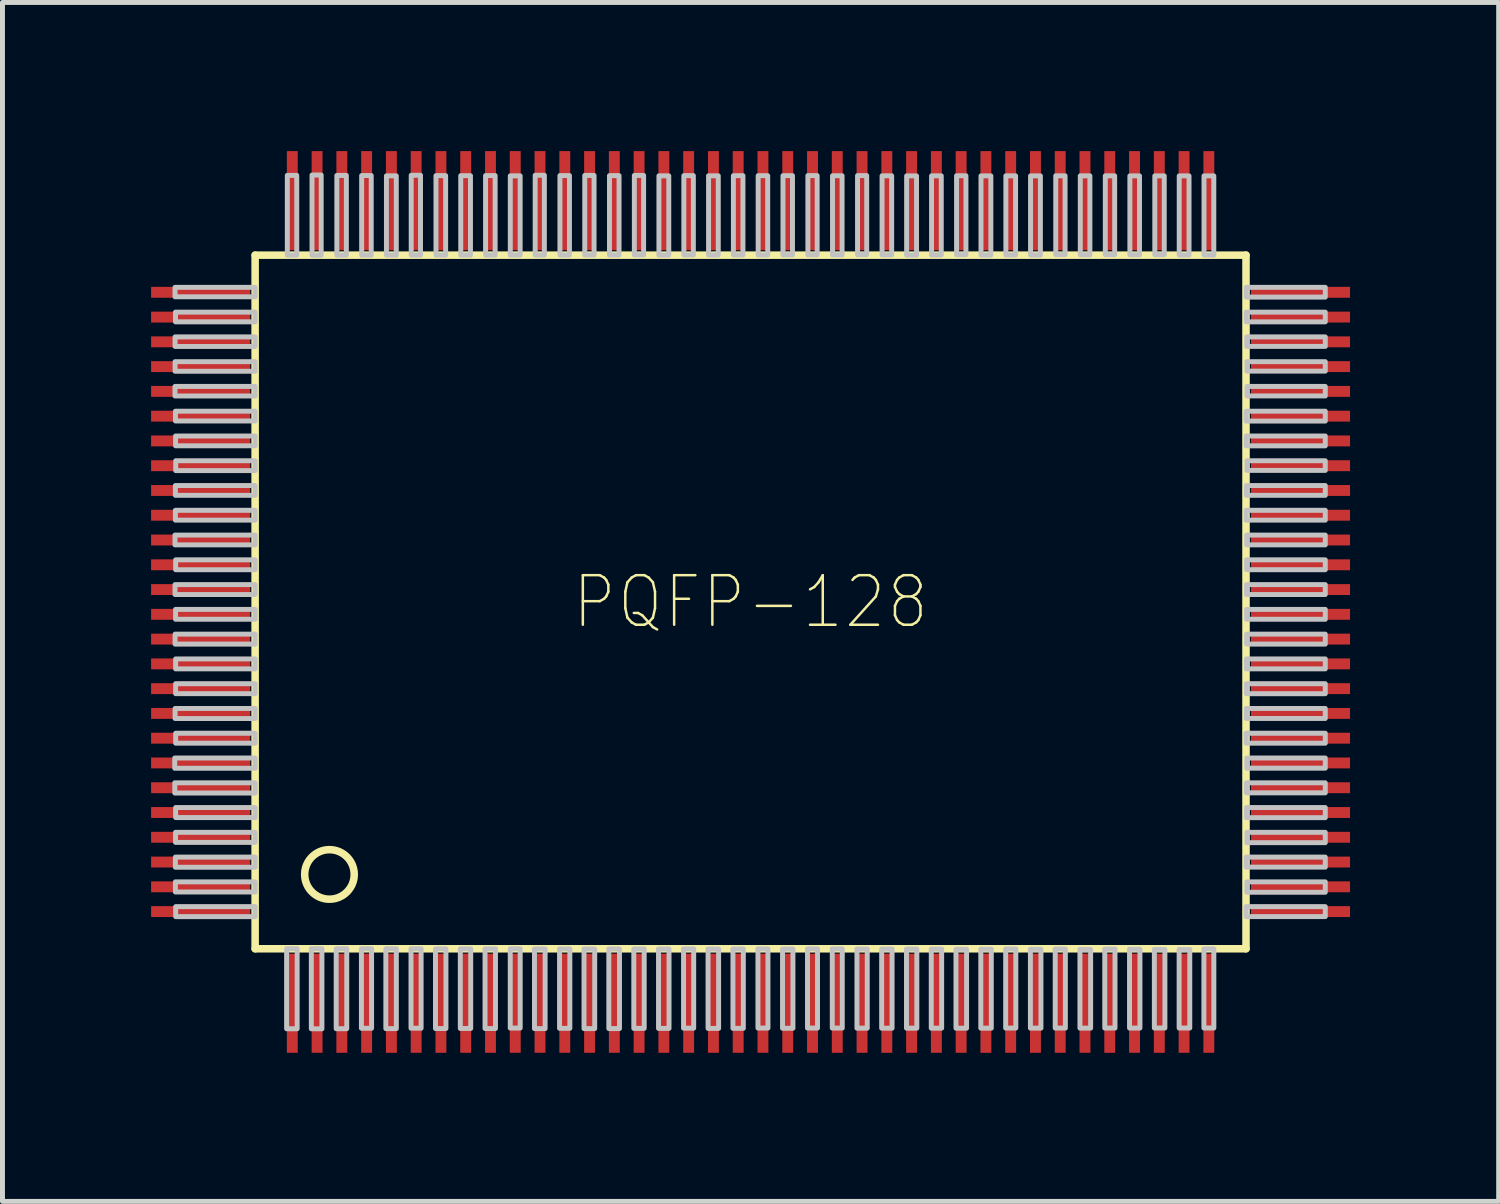
<source format=kicad_pcb>
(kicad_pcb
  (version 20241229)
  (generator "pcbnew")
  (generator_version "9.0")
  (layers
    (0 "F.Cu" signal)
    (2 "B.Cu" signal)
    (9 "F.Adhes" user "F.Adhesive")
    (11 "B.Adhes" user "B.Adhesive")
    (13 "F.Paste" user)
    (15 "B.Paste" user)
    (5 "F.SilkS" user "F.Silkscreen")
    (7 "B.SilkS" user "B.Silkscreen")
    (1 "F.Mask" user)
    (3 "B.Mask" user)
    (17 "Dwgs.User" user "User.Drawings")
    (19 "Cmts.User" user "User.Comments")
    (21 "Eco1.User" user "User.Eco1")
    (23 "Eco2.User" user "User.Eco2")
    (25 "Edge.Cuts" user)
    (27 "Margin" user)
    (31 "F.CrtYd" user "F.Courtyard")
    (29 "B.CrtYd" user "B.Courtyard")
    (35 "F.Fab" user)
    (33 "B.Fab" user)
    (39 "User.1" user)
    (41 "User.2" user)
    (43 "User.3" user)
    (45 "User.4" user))
  (footprint "PQFP-128"
    (layer "F.Cu")
    (at 12.1 9.1)
    (property "Reference" "PQFP-128" (at 0 0 0) (layer "F.SilkS") (effects (font (size 1 0.9) (thickness 0.05))))
    (attr smd)
    (fp_line (start -10 -7) (end 10 -7) (stroke (width 0.152) (type solid)) (layer "F.SilkS"))
    (fp_line (start -10 7) (end -10 -7) (stroke (width 0.152) (type solid)) (layer "F.SilkS"))
    (fp_line (start 10 -7) (end 10 7) (stroke (width 0.152) (type solid)) (layer "F.SilkS"))
    (fp_line (start 10 7) (end -10 7) (stroke (width 0.152) (type solid)) (layer "F.SilkS"))
    (fp_circle (center -8.5 5.5) (end -8 5.5) (stroke (width 0.152) (type solid)) (fill no) (layer "F.SilkS"))
    (fp_poly (pts (xy -10 -6.159) (xy -11.617 -6.159) (xy -11.617 -6.35) (xy -10 -6.35)) (stroke (width 0.1) (type solid)) (fill no) (layer "Dwgs.User"))
    (fp_poly (pts (xy -10 -5.654) (xy -11.608 -5.654) (xy -11.608 -5.85) (xy -10 -5.85)) (stroke (width 0.1) (type solid)) (fill no) (layer "Dwgs.User"))
    (fp_poly (pts (xy -10 -5.157) (xy -11.616 -5.157) (xy -11.616 -5.35) (xy -10 -5.35)) (stroke (width 0.1) (type solid)) (fill no) (layer "Dwgs.User"))
    (fp_poly (pts (xy -10 -4.656) (xy -11.616 -4.656) (xy -11.616 -4.85) (xy -10 -4.85)) (stroke (width 0.1) (type solid)) (fill no) (layer "Dwgs.User"))
    (fp_poly (pts (xy -10 -4.157) (xy -11.618 -4.157) (xy -11.618 -4.35) (xy -10 -4.35)) (stroke (width 0.1) (type solid)) (fill no) (layer "Dwgs.User"))
    (fp_poly (pts (xy -10 -3.653) (xy -11.609 -3.653) (xy -11.609 -3.85) (xy -10 -3.85)) (stroke (width 0.1) (type solid)) (fill no) (layer "Dwgs.User"))
    (fp_poly (pts (xy -10 -3.152) (xy -11.606 -3.152) (xy -11.606 -3.35) (xy -10 -3.35)) (stroke (width 0.1) (type solid)) (fill no) (layer "Dwgs.User"))
    (fp_poly (pts (xy -10 -2.651) (xy -11.603 -2.651) (xy -11.603 -2.85) (xy -10 -2.85)) (stroke (width 0.1) (type solid)) (fill no) (layer "Dwgs.User"))
    (fp_poly (pts (xy -10 -2.152) (xy -11.61 -2.152) (xy -11.61 -2.35) (xy -10 -2.35)) (stroke (width 0.1) (type solid)) (fill no) (layer "Dwgs.User"))
    (fp_poly (pts (xy -10 -1.651) (xy -11.61 -1.651) (xy -11.61 -1.85) (xy -10 -1.85)) (stroke (width 0.1) (type solid)) (fill no) (layer "Dwgs.User"))
    (fp_poly (pts (xy -10 -1.152) (xy -11.618 -1.152) (xy -11.618 -1.35) (xy -10 -1.35)) (stroke (width 0.1) (type solid)) (fill no) (layer "Dwgs.User"))
    (fp_poly (pts (xy -10 -0.65) (xy -11.604 -0.65) (xy -11.604 -0.85) (xy -10 -0.85)) (stroke (width 0.1) (type solid)) (fill no) (layer "Dwgs.User"))
    (fp_poly (pts (xy -10 -0.15) (xy -11.617 -0.15) (xy -11.617 -0.35) (xy -10 -0.35)) (stroke (width 0.1) (type solid)) (fill no) (layer "Dwgs.User"))
    (fp_poly (pts (xy -10 0.35) (xy -11.606 0.35) (xy -11.606 0.15) (xy -10 0.15)) (stroke (width 0.1) (type solid)) (fill no) (layer "Dwgs.User"))
    (fp_poly (pts (xy -10 0.851) (xy -11.616 0.851) (xy -11.616 0.65) (xy -10 0.65)) (stroke (width 0.1) (type solid)) (fill no) (layer "Dwgs.User"))
    (fp_poly (pts (xy -10 1.351) (xy -11.605 1.351) (xy -11.605 1.15) (xy -10 1.15)) (stroke (width 0.1) (type solid)) (fill no) (layer "Dwgs.User"))
    (fp_poly (pts (xy -10 1.851) (xy -11.605 1.851) (xy -11.605 1.65) (xy -10 1.65)) (stroke (width 0.1) (type solid)) (fill no) (layer "Dwgs.User"))
    (fp_poly (pts (xy -10 2.353) (xy -11.616 2.353) (xy -11.616 2.15) (xy -10 2.15)) (stroke (width 0.1) (type solid)) (fill no) (layer "Dwgs.User"))
    (fp_poly (pts (xy -10 2.851) (xy -11.604 2.851) (xy -11.604 2.65) (xy -10 2.65)) (stroke (width 0.1) (type solid)) (fill no) (layer "Dwgs.User"))
    (fp_poly (pts (xy -10 3.357) (xy -11.623 3.357) (xy -11.623 3.15) (xy -10 3.15)) (stroke (width 0.1) (type solid)) (fill no) (layer "Dwgs.User"))
    (fp_poly (pts (xy -10 3.857) (xy -11.622 3.857) (xy -11.622 3.65) (xy -10 3.65)) (stroke (width 0.1) (type solid)) (fill no) (layer "Dwgs.User"))
    (fp_poly (pts (xy -10 4.352) (xy -11.605 4.352) (xy -11.605 4.15) (xy -10 4.15)) (stroke (width 0.1) (type solid)) (fill no) (layer "Dwgs.User"))
    (fp_poly (pts (xy -10 4.853) (xy -11.607 4.853) (xy -11.607 4.65) (xy -10 4.65)) (stroke (width 0.1) (type solid)) (fill no) (layer "Dwgs.User"))
    (fp_poly (pts (xy -10 5.355) (xy -11.61 5.355) (xy -11.61 5.15) (xy -10 5.15)) (stroke (width 0.1) (type solid)) (fill no) (layer "Dwgs.User"))
    (fp_poly (pts (xy -10 5.855) (xy -11.61 5.855) (xy -11.61 5.65) (xy -10 5.65)) (stroke (width 0.1) (type solid)) (fill no) (layer "Dwgs.User"))
    (fp_poly (pts (xy -10 6.352) (xy -11.604 6.352) (xy -11.604 6.15) (xy -10 6.15)) (stroke (width 0.1) (type solid)) (fill no) (layer "Dwgs.User"))
    (fp_poly (pts (xy -9.365 8.615) (xy -9.365 6.998) (xy -9.152 6.998) (xy -9.152 8.615)) (stroke (width 0.1) (type solid)) (fill no) (layer "Dwgs.User"))
    (fp_poly (pts (xy -9.351 -6.999) (xy -9.351 -8.61) (xy -9.16 -8.61) (xy -9.16 -6.999)) (stroke (width 0.1) (type solid)) (fill no) (layer "Dwgs.User"))
    (fp_poly (pts (xy -8.866 8.616) (xy -8.866 6.998) (xy -8.652 6.998) (xy -8.652 8.616)) (stroke (width 0.1) (type solid)) (fill no) (layer "Dwgs.User"))
    (fp_poly (pts (xy -8.852 -6.998) (xy -8.852 -8.617) (xy -8.667 -8.617) (xy -8.667 -6.998)) (stroke (width 0.1) (type solid)) (fill no) (layer "Dwgs.User"))
    (fp_poly (pts (xy -8.364 8.614) (xy -8.364 6.999) (xy -8.151 6.999) (xy -8.151 8.614)) (stroke (width 0.1) (type solid)) (fill no) (layer "Dwgs.User"))
    (fp_poly (pts (xy -8.351 -6.999) (xy -8.351 -8.609) (xy -8.159 -8.609) (xy -8.159 -6.999)) (stroke (width 0.1) (type solid)) (fill no) (layer "Dwgs.User"))
    (fp_poly (pts (xy -7.855 8.605) (xy -7.855 7) (xy -7.65 7) (xy -7.65 8.605)) (stroke (width 0.1) (type solid)) (fill no) (layer "Dwgs.User"))
    (fp_poly (pts (xy -7.85 -7) (xy -7.85 -8.607) (xy -7.657 -8.607) (xy -7.657 -7)) (stroke (width 0.1) (type solid)) (fill no) (layer "Dwgs.User"))
    (fp_poly (pts (xy -7.362 8.612) (xy -7.362 7) (xy -7.15 7) (xy -7.15 8.612)) (stroke (width 0.1) (type solid)) (fill no) (layer "Dwgs.User"))
    (fp_poly (pts (xy -7.35 -7) (xy -7.35 -8.601) (xy -7.151 -8.601) (xy -7.151 -7)) (stroke (width 0.1) (type solid)) (fill no) (layer "Dwgs.User"))
    (fp_poly (pts (xy -6.854 8.604) (xy -6.854 7) (xy -6.65 7) (xy -6.65 8.604)) (stroke (width 0.1) (type solid)) (fill no) (layer "Dwgs.User"))
    (fp_poly (pts (xy -6.85 -7) (xy -6.85 -8.612) (xy -6.662 -8.612) (xy -6.662 -7)) (stroke (width 0.1) (type solid)) (fill no) (layer "Dwgs.User"))
    (fp_poly (pts (xy -6.36 8.61) (xy -6.36 7.001) (xy -6.149 7.001) (xy -6.149 8.61)) (stroke (width 0.1) (type solid)) (fill no) (layer "Dwgs.User"))
    (fp_poly (pts (xy -6.35 -7) (xy -6.35 -8.605) (xy -6.155 -8.605) (xy -6.155 -7)) (stroke (width 0.1) (type solid)) (fill no) (layer "Dwgs.User"))
    (fp_poly (pts (xy -5.859 8.609) (xy -5.859 7.001) (xy -5.649 7.001) (xy -5.649 8.609)) (stroke (width 0.1) (type solid)) (fill no) (layer "Dwgs.User"))
    (fp_poly (pts (xy -5.85 -7) (xy -5.85 -8.604) (xy -5.654 -8.604) (xy -5.654 -7)) (stroke (width 0.1) (type solid)) (fill no) (layer "Dwgs.User"))
    (fp_poly (pts (xy -5.36 8.61) (xy -5.36 7.001) (xy -5.149 7.001) (xy -5.149 8.61)) (stroke (width 0.1) (type solid)) (fill no) (layer "Dwgs.User"))
    (fp_poly (pts (xy -5.349 -7.001) (xy -5.349 -8.606) (xy -5.156 -8.606) (xy -5.156 -7.001)) (stroke (width 0.1) (type solid)) (fill no) (layer "Dwgs.User"))
    (fp_poly (pts (xy -4.851 8.601) (xy -4.851 7) (xy -4.65 7) (xy -4.65 8.601)) (stroke (width 0.1) (type solid)) (fill no) (layer "Dwgs.User"))
    (fp_poly (pts (xy -4.85 -7) (xy -4.85 -8.601) (xy -4.651 -8.601) (xy -4.651 -7)) (stroke (width 0.1) (type solid)) (fill no) (layer "Dwgs.User"))
    (fp_poly (pts (xy -4.362 8.612) (xy -4.362 7.003) (xy -4.147 7.003) (xy -4.147 8.612)) (stroke (width 0.1) (type solid)) (fill no) (layer "Dwgs.User"))
    (fp_poly (pts (xy -4.348 -7.002) (xy -4.348 -8.612) (xy -4.162 -8.612) (xy -4.162 -7.002)) (stroke (width 0.1) (type solid)) (fill no) (layer "Dwgs.User"))
    (fp_poly (pts (xy -3.856 8.606) (xy -3.856 7.002) (xy -3.648 7.002) (xy -3.648 8.606)) (stroke (width 0.1) (type solid)) (fill no) (layer "Dwgs.User"))
    (fp_poly (pts (xy -3.848 -7.002) (xy -3.848 -8.606) (xy -3.656 -8.606) (xy -3.656 -7.002)) (stroke (width 0.1) (type solid)) (fill no) (layer "Dwgs.User"))
    (fp_poly (pts (xy -3.362 8.612) (xy -3.362 7.004) (xy -3.146 7.004) (xy -3.146 8.612)) (stroke (width 0.1) (type solid)) (fill no) (layer "Dwgs.User"))
    (fp_poly (pts (xy -3.347 -7.003) (xy -3.347 -8.609) (xy -3.159 -8.609) (xy -3.159 -7.003)) (stroke (width 0.1) (type solid)) (fill no) (layer "Dwgs.User"))
    (fp_poly (pts (xy -2.861 8.611) (xy -2.861 7.004) (xy -2.646 7.004) (xy -2.646 8.611)) (stroke (width 0.1) (type solid)) (fill no) (layer "Dwgs.User"))
    (fp_poly (pts (xy -2.848 -7.002) (xy -2.848 -8.605) (xy -2.655 -8.605) (xy -2.655 -7.002)) (stroke (width 0.1) (type solid)) (fill no) (layer "Dwgs.User"))
    (fp_poly (pts (xy -2.357 8.607) (xy -2.357 7.003) (xy -2.147 7.003) (xy -2.147 8.607)) (stroke (width 0.1) (type solid)) (fill no) (layer "Dwgs.User"))
    (fp_poly (pts (xy -2.346 -7.004) (xy -2.346 -8.609) (xy -2.159 -8.609) (xy -2.159 -7.004)) (stroke (width 0.1) (type solid)) (fill no) (layer "Dwgs.User"))
    (fp_poly (pts (xy -1.858 8.608) (xy -1.858 7.004) (xy -1.646 7.004) (xy -1.646 8.608)) (stroke (width 0.1) (type solid)) (fill no) (layer "Dwgs.User"))
    (fp_poly (pts (xy -1.85 -7) (xy -1.85 -8.601) (xy -1.651 -8.601) (xy -1.651 -7)) (stroke (width 0.1) (type solid)) (fill no) (layer "Dwgs.User"))
    (fp_poly (pts (xy -1.353 8.603) (xy -1.353 7.002) (xy -1.148 7.002) (xy -1.148 8.603)) (stroke (width 0.1) (type solid)) (fill no) (layer "Dwgs.User"))
    (fp_poly (pts (xy -1.347 -7.003) (xy -1.347 -8.605) (xy -1.155 -8.605) (xy -1.155 -7.003)) (stroke (width 0.1) (type solid)) (fill no) (layer "Dwgs.User"))
    (fp_poly (pts (xy -0.858 8.608) (xy -0.858 7.005) (xy -0.645 7.005) (xy -0.645 8.608)) (stroke (width 0.1) (type solid)) (fill no) (layer "Dwgs.User"))
    (fp_poly (pts (xy -0.848 -7.002) (xy -0.848 -8.602) (xy -0.652 -8.602) (xy -0.652 -7.002)) (stroke (width 0.1) (type solid)) (fill no) (layer "Dwgs.User"))
    (fp_poly (pts (xy -0.356 8.606) (xy -0.356 7.004) (xy -0.146 7.004) (xy -0.146 8.606)) (stroke (width 0.1) (type solid)) (fill no) (layer "Dwgs.User"))
    (fp_poly (pts (xy -0.347 -7.003) (xy -0.347 -8.604) (xy -0.154 -8.604) (xy -0.154 -7.003)) (stroke (width 0.1) (type solid)) (fill no) (layer "Dwgs.User"))
    (fp_poly (pts (xy 0.149 8.601) (xy 0.149 7.001) (xy 0.351 7.001) (xy 0.351 8.601)) (stroke (width 0.1) (type solid)) (fill no) (layer "Dwgs.User"))
    (fp_poly (pts (xy 0.153 -7.003) (xy 0.153 -8.604) (xy 0.346 -8.604) (xy 0.346 -7.003)) (stroke (width 0.1) (type solid)) (fill no) (layer "Dwgs.User"))
    (fp_poly (pts (xy 0.645 8.605) (xy 0.645 7.005) (xy 0.855 7.005) (xy 0.855 8.605)) (stroke (width 0.1) (type solid)) (fill no) (layer "Dwgs.User"))
    (fp_poly (pts (xy 0.654 -7.004) (xy 0.654 -8.604) (xy 0.846 -8.604) (xy 0.846 -7.004)) (stroke (width 0.1) (type solid)) (fill no) (layer "Dwgs.User"))
    (fp_poly (pts (xy 1.149 8.601) (xy 1.149 7.001) (xy 1.351 7.001) (xy 1.351 8.601)) (stroke (width 0.1) (type solid)) (fill no) (layer "Dwgs.User"))
    (fp_poly (pts (xy 1.157 -7.006) (xy 1.157 -8.606) (xy 1.344 -8.606) (xy 1.344 -7.006)) (stroke (width 0.1) (type solid)) (fill no) (layer "Dwgs.User"))
    (fp_poly (pts (xy 1.649 8.601) (xy 1.649 7.001) (xy 1.851 7.001) (xy 1.851 8.601)) (stroke (width 0.1) (type solid)) (fill no) (layer "Dwgs.User"))
    (fp_poly (pts (xy 1.654 -7.004) (xy 1.654 -8.603) (xy 1.847 -8.603) (xy 1.847 -7.004)) (stroke (width 0.1) (type solid)) (fill no) (layer "Dwgs.User"))
    (fp_poly (pts (xy 2.147 8.603) (xy 2.147 7.005) (xy 2.355 7.005) (xy 2.355 8.603)) (stroke (width 0.1) (type solid)) (fill no) (layer "Dwgs.User"))
    (fp_poly (pts (xy 2.159 -7.009) (xy 2.159 -8.606) (xy 2.344 -8.606) (xy 2.344 -7.009)) (stroke (width 0.1) (type solid)) (fill no) (layer "Dwgs.User"))
    (fp_poly (pts (xy 2.646 8.604) (xy 2.646 7.006) (xy 2.856 7.006) (xy 2.856 8.604)) (stroke (width 0.1) (type solid)) (fill no) (layer "Dwgs.User"))
    (fp_poly (pts (xy 2.654 -7.004) (xy 2.654 -8.602) (xy 2.848 -8.602) (xy 2.848 -7.004)) (stroke (width 0.1) (type solid)) (fill no) (layer "Dwgs.User"))
    (fp_poly (pts (xy 3.147 8.603) (xy 3.147 7.006) (xy 3.356 7.006) (xy 3.356 8.603)) (stroke (width 0.1) (type solid)) (fill no) (layer "Dwgs.User"))
    (fp_poly (pts (xy 3.15 -7) (xy 3.15 -8.6) (xy 3.35 -8.6) (xy 3.35 -7)) (stroke (width 0.1) (type solid)) (fill no) (layer "Dwgs.User"))
    (fp_poly (pts (xy 3.647 8.603) (xy 3.647 7.007) (xy 3.857 7.007) (xy 3.857 8.603)) (stroke (width 0.1) (type solid)) (fill no) (layer "Dwgs.User"))
    (fp_poly (pts (xy 3.653 -7.003) (xy 3.653 -8.601) (xy 3.849 -8.601) (xy 3.849 -7.003)) (stroke (width 0.1) (type solid)) (fill no) (layer "Dwgs.User"))
    (fp_poly (pts (xy 4.146 8.604) (xy 4.146 7.01) (xy 4.36 7.01) (xy 4.36 8.604)) (stroke (width 0.1) (type solid)) (fill no) (layer "Dwgs.User"))
    (fp_poly (pts (xy 4.158 -7.008) (xy 4.158 -8.603) (xy 4.347 -8.603) (xy 4.347 -7.008)) (stroke (width 0.1) (type solid)) (fill no) (layer "Dwgs.User"))
    (fp_poly (pts (xy 4.647 8.603) (xy 4.647 7.009) (xy 4.859 7.009) (xy 4.859 8.603)) (stroke (width 0.1) (type solid)) (fill no) (layer "Dwgs.User"))
    (fp_poly (pts (xy 4.651 -7.001) (xy 4.651 -8.6) (xy 4.85 -8.6) (xy 4.85 -7.001)) (stroke (width 0.1) (type solid)) (fill no) (layer "Dwgs.User"))
    (fp_poly (pts (xy 5.149 8.601) (xy 5.149 7.004) (xy 5.354 7.004) (xy 5.354 8.601)) (stroke (width 0.1) (type solid)) (fill no) (layer "Dwgs.User"))
    (fp_poly (pts (xy 5.153 -7.003) (xy 5.153 -8.601) (xy 5.349 -8.601) (xy 5.349 -7.003)) (stroke (width 0.1) (type solid)) (fill no) (layer "Dwgs.User"))
    (fp_poly (pts (xy 5.648 8.602) (xy 5.648 7.011) (xy 5.861 7.011) (xy 5.861 8.602)) (stroke (width 0.1) (type solid)) (fill no) (layer "Dwgs.User"))
    (fp_poly (pts (xy 5.651 -7.001) (xy 5.651 -8.6) (xy 5.85 -8.6) (xy 5.85 -7.001)) (stroke (width 0.1) (type solid)) (fill no) (layer "Dwgs.User"))
    (fp_poly (pts (xy 6.149 8.601) (xy 6.149 7.004) (xy 6.354 7.004) (xy 6.354 8.601)) (stroke (width 0.1) (type solid)) (fill no) (layer "Dwgs.User"))
    (fp_poly (pts (xy 6.16 -7.01) (xy 6.16 -8.602) (xy 6.348 -8.602) (xy 6.348 -7.01)) (stroke (width 0.1) (type solid)) (fill no) (layer "Dwgs.User"))
    (fp_poly (pts (xy 6.648 8.602) (xy 6.648 7.014) (xy 6.864 7.014) (xy 6.864 8.602)) (stroke (width 0.1) (type solid)) (fill no) (layer "Dwgs.User"))
    (fp_poly (pts (xy 6.655 -7.005) (xy 6.655 -8.601) (xy 6.849 -8.601) (xy 6.849 -7.005)) (stroke (width 0.1) (type solid)) (fill no) (layer "Dwgs.User"))
    (fp_poly (pts (xy 7.149 8.601) (xy 7.149 7.006) (xy 7.356 7.006) (xy 7.356 8.601)) (stroke (width 0.1) (type solid)) (fill no) (layer "Dwgs.User"))
    (fp_poly (pts (xy 7.16 -7.01) (xy 7.16 -8.601) (xy 7.349 -8.601) (xy 7.349 -7.01)) (stroke (width 0.1) (type solid)) (fill no) (layer "Dwgs.User"))
    (fp_poly (pts (xy 7.649 8.601) (xy 7.649 7.009) (xy 7.859 7.009) (xy 7.859 8.601)) (stroke (width 0.1) (type solid)) (fill no) (layer "Dwgs.User"))
    (fp_poly (pts (xy 7.656 -7.006) (xy 7.656 -8.6) (xy 7.85 -8.6) (xy 7.85 -7.006)) (stroke (width 0.1) (type solid)) (fill no) (layer "Dwgs.User"))
    (fp_poly (pts (xy 8.15 8.6) (xy 8.15 7.013) (xy 8.363 7.013) (xy 8.363 8.6)) (stroke (width 0.1) (type solid)) (fill no) (layer "Dwgs.User"))
    (fp_poly (pts (xy 8.159 -7.009) (xy 8.159 -8.6) (xy 8.35 -8.6) (xy 8.35 -7.009)) (stroke (width 0.1) (type solid)) (fill no) (layer "Dwgs.User"))
    (fp_poly (pts (xy 8.65 8.6) (xy 8.65 7.015) (xy 8.865 7.015) (xy 8.865 8.6)) (stroke (width 0.1) (type solid)) (fill no) (layer "Dwgs.User"))
    (fp_poly (pts (xy 8.652 -7.002) (xy 8.652 -8.6) (xy 8.85 -8.6) (xy 8.85 -7.002)) (stroke (width 0.1) (type solid)) (fill no) (layer "Dwgs.User"))
    (fp_poly (pts (xy 9.15 8.6) (xy 9.15 7.001) (xy 9.351 7.001) (xy 9.351 8.6)) (stroke (width 0.1) (type solid)) (fill no) (layer "Dwgs.User"))
    (fp_poly (pts (xy 9.152 -7.002) (xy 9.152 -8.6) (xy 9.35 -8.6) (xy 9.35 -7.002)) (stroke (width 0.1) (type solid)) (fill no) (layer "Dwgs.User"))
    (fp_poly (pts (xy 11.6 -6.153) (xy 10.005 -6.153) (xy 10.005 -6.35) (xy 11.6 -6.35)) (stroke (width 0.1) (type solid)) (fill no) (layer "Dwgs.User"))
    (fp_poly (pts (xy 11.6 -5.653) (xy 10.005 -5.653) (xy 10.005 -5.85) (xy 11.6 -5.85)) (stroke (width 0.1) (type solid)) (fill no) (layer "Dwgs.User"))
    (fp_poly (pts (xy 11.6 -5.158) (xy 10.015 -5.158) (xy 10.015 -5.35) (xy 11.6 -5.35)) (stroke (width 0.1) (type solid)) (fill no) (layer "Dwgs.User"))
    (fp_poly (pts (xy 11.6 -4.659) (xy 10.019 -4.659) (xy 10.019 -4.85) (xy 11.6 -4.85)) (stroke (width 0.1) (type solid)) (fill no) (layer "Dwgs.User"))
    (fp_poly (pts (xy 11.6 -4.158) (xy 10.019 -4.158) (xy 10.019 -4.35) (xy 11.6 -4.35)) (stroke (width 0.1) (type solid)) (fill no) (layer "Dwgs.User"))
    (fp_poly (pts (xy 11.6 -3.651) (xy 10.002 -3.651) (xy 10.002 -3.85) (xy 11.6 -3.85)) (stroke (width 0.1) (type solid)) (fill no) (layer "Dwgs.User"))
    (fp_poly (pts (xy 11.6 -3.151) (xy 10.005 -3.151) (xy 10.005 -3.35) (xy 11.6 -3.35)) (stroke (width 0.1) (type solid)) (fill no) (layer "Dwgs.User"))
    (fp_poly (pts (xy 11.6 -2.655) (xy 10.02 -2.655) (xy 10.02 -2.85) (xy 11.6 -2.85)) (stroke (width 0.1) (type solid)) (fill no) (layer "Dwgs.User"))
    (fp_poly (pts (xy 11.6 -2.152) (xy 10.008 -2.152) (xy 10.008 -2.35) (xy 11.6 -2.35)) (stroke (width 0.1) (type solid)) (fill no) (layer "Dwgs.User"))
    (fp_poly (pts (xy 11.6 -1.651) (xy 10.003 -1.651) (xy 10.003 -1.85) (xy 11.6 -1.85)) (stroke (width 0.1) (type solid)) (fill no) (layer "Dwgs.User"))
    (fp_poly (pts (xy 11.6 -1.152) (xy 10.013 -1.152) (xy 10.013 -1.35) (xy 11.6 -1.35)) (stroke (width 0.1) (type solid)) (fill no) (layer "Dwgs.User"))
    (fp_poly (pts (xy 11.6 -0.651) (xy 10.011 -0.651) (xy 10.011 -0.85) (xy 11.6 -0.85)) (stroke (width 0.1) (type solid)) (fill no) (layer "Dwgs.User"))
    (fp_poly (pts (xy 11.6 -0.15) (xy 10.01 -0.15) (xy 10.01 -0.35) (xy 11.6 -0.35)) (stroke (width 0.1) (type solid)) (fill no) (layer "Dwgs.User"))
    (fp_poly (pts (xy 11.6 0.35) (xy 10.012 0.35) (xy 10.012 0.15) (xy 11.6 0.15)) (stroke (width 0.1) (type solid)) (fill no) (layer "Dwgs.User"))
    (fp_poly (pts (xy 11.6 0.851) (xy 10.012 0.851) (xy 10.012 0.65) (xy 11.6 0.65)) (stroke (width 0.1) (type solid)) (fill no) (layer "Dwgs.User"))
    (fp_poly (pts (xy 11.6 1.351) (xy 10.008 1.351) (xy 10.008 1.15) (xy 11.6 1.15)) (stroke (width 0.1) (type solid)) (fill no) (layer "Dwgs.User"))
    (fp_poly (pts (xy 11.6 1.852) (xy 10.008 1.852) (xy 10.008 1.65) (xy 11.6 1.65)) (stroke (width 0.1) (type solid)) (fill no) (layer "Dwgs.User"))
    (fp_poly (pts (xy 11.6 2.352) (xy 10.007 2.352) (xy 10.007 2.15) (xy 11.6 2.15)) (stroke (width 0.1) (type solid)) (fill no) (layer "Dwgs.User"))
    (fp_poly (pts (xy 11.6 2.851) (xy 10.003 2.851) (xy 10.003 2.65) (xy 11.6 2.65)) (stroke (width 0.1) (type solid)) (fill no) (layer "Dwgs.User"))
    (fp_poly (pts (xy 11.6 3.355) (xy 10.016 3.355) (xy 10.016 3.15) (xy 11.6 3.15)) (stroke (width 0.1) (type solid)) (fill no) (layer "Dwgs.User"))
    (fp_poly (pts (xy 11.6 3.853) (xy 10.008 3.853) (xy 10.008 3.65) (xy 11.6 3.65)) (stroke (width 0.1) (type solid)) (fill no) (layer "Dwgs.User"))
    (fp_poly (pts (xy 11.6 4.354) (xy 10.009 4.354) (xy 10.009 4.15) (xy 11.6 4.15)) (stroke (width 0.1) (type solid)) (fill no) (layer "Dwgs.User"))
    (fp_poly (pts (xy 11.6 4.859) (xy 10.018 4.859) (xy 10.018 4.65) (xy 11.6 4.65)) (stroke (width 0.1) (type solid)) (fill no) (layer "Dwgs.User"))
    (fp_poly (pts (xy 11.6 5.353) (xy 10.005 5.353) (xy 10.005 5.15) (xy 11.6 5.15)) (stroke (width 0.1) (type solid)) (fill no) (layer "Dwgs.User"))
    (fp_poly (pts (xy 11.6 5.86) (xy 10.017 5.86) (xy 10.017 5.65) (xy 11.6 5.65)) (stroke (width 0.1) (type solid)) (fill no) (layer "Dwgs.User"))
    (fp_poly (pts (xy 11.6 6.351) (xy 10.001 6.351) (xy 10.001 6.15) (xy 11.6 6.15)) (stroke (width 0.1) (type solid)) (fill no) (layer "Dwgs.User"))
    (pad "1" smd rect (at -9.25 8.1 90) (size 2 0.22) (layers "F.Cu" "F.Mask" "F.Paste"))
    (pad "2" smd rect (at -8.75 8.1 90) (size 2 0.22) (layers "F.Cu" "F.Mask" "F.Paste"))
    (pad "3" smd rect (at -8.25 8.1 90) (size 2 0.22) (layers "F.Cu" "F.Mask" "F.Paste"))
    (pad "4" smd rect (at -7.75 8.1 90) (size 2 0.22) (layers "F.Cu" "F.Mask" "F.Paste"))
    (pad "5" smd rect (at -7.25 8.1 90) (size 2 0.22) (layers "F.Cu" "F.Mask" "F.Paste"))
    (pad "6" smd rect (at -6.75 8.1 90) (size 2 0.22) (layers "F.Cu" "F.Mask" "F.Paste"))
    (pad "7" smd rect (at -6.25 8.1 90) (size 2 0.22) (layers "F.Cu" "F.Mask" "F.Paste"))
    (pad "8" smd rect (at -5.75 8.1 90) (size 2 0.22) (layers "F.Cu" "F.Mask" "F.Paste"))
    (pad "9" smd rect (at -5.25 8.1 90) (size 2 0.22) (layers "F.Cu" "F.Mask" "F.Paste"))
    (pad "10" smd rect (at -4.75 8.1 90) (size 2 0.22) (layers "F.Cu" "F.Mask" "F.Paste"))
    (pad "11" smd rect (at -4.25 8.1 90) (size 2 0.22) (layers "F.Cu" "F.Mask" "F.Paste"))
    (pad "12" smd rect (at -3.75 8.1 90) (size 2 0.22) (layers "F.Cu" "F.Mask" "F.Paste"))
    (pad "13" smd rect (at -3.25 8.1 90) (size 2 0.22) (layers "F.Cu" "F.Mask" "F.Paste"))
    (pad "14" smd rect (at -2.75 8.1 90) (size 2 0.22) (layers "F.Cu" "F.Mask" "F.Paste"))
    (pad "15" smd rect (at -2.25 8.1 90) (size 2 0.22) (layers "F.Cu" "F.Mask" "F.Paste"))
    (pad "16" smd rect (at -1.75 8.1 90) (size 2 0.22) (layers "F.Cu" "F.Mask" "F.Paste"))
    (pad "17" smd rect (at -1.25 8.1 90) (size 2 0.22) (layers "F.Cu" "F.Mask" "F.Paste"))
    (pad "18" smd rect (at -0.75 8.1 90) (size 2 0.22) (layers "F.Cu" "F.Mask" "F.Paste"))
    (pad "19" smd rect (at -0.25 8.1 90) (size 2 0.22) (layers "F.Cu" "F.Mask" "F.Paste"))
    (pad "20" smd rect (at 0.25 8.1 90) (size 2 0.22) (layers "F.Cu" "F.Mask" "F.Paste"))
    (pad "21" smd rect (at 0.75 8.1 90) (size 2 0.22) (layers "F.Cu" "F.Mask" "F.Paste"))
    (pad "22" smd rect (at 1.25 8.1 90) (size 2 0.22) (layers "F.Cu" "F.Mask" "F.Paste"))
    (pad "23" smd rect (at 1.75 8.1 90) (size 2 0.22) (layers "F.Cu" "F.Mask" "F.Paste"))
    (pad "24" smd rect (at 2.25 8.1 90) (size 2 0.22) (layers "F.Cu" "F.Mask" "F.Paste"))
    (pad "25" smd rect (at 2.75 8.1 90) (size 2 0.22) (layers "F.Cu" "F.Mask" "F.Paste"))
    (pad "26" smd rect (at 3.25 8.1 90) (size 2 0.22) (layers "F.Cu" "F.Mask" "F.Paste"))
    (pad "27" smd rect (at 3.75 8.1 90) (size 2 0.22) (layers "F.Cu" "F.Mask" "F.Paste"))
    (pad "28" smd rect (at 4.25 8.1 90) (size 2 0.22) (layers "F.Cu" "F.Mask" "F.Paste"))
    (pad "29" smd rect (at 4.75 8.1 90) (size 2 0.22) (layers "F.Cu" "F.Mask" "F.Paste"))
    (pad "30" smd rect (at 5.25 8.1 90) (size 2 0.22) (layers "F.Cu" "F.Mask" "F.Paste"))
    (pad "31" smd rect (at 5.75 8.1 90) (size 2 0.22) (layers "F.Cu" "F.Mask" "F.Paste"))
    (pad "32" smd rect (at 6.25 8.1 90) (size 2 0.22) (layers "F.Cu" "F.Mask" "F.Paste"))
    (pad "33" smd rect (at 6.75 8.1 90) (size 2 0.22) (layers "F.Cu" "F.Mask" "F.Paste"))
    (pad "34" smd rect (at 7.25 8.1 90) (size 2 0.22) (layers "F.Cu" "F.Mask" "F.Paste"))
    (pad "35" smd rect (at 7.75 8.1 90) (size 2 0.22) (layers "F.Cu" "F.Mask" "F.Paste"))
    (pad "36" smd rect (at 8.25 8.1 90) (size 2 0.22) (layers "F.Cu" "F.Mask" "F.Paste"))
    (pad "37" smd rect (at 8.75 8.1 90) (size 2 0.22) (layers "F.Cu" "F.Mask" "F.Paste"))
    (pad "38" smd rect (at 9.25 8.1 90) (size 2 0.22) (layers "F.Cu" "F.Mask" "F.Paste"))
    (pad "39" smd rect (at 11.1 6.25 180) (size 2 0.22) (layers "F.Cu" "F.Mask" "F.Paste"))
    (pad "40" smd rect (at 11.1 5.75 180) (size 2 0.22) (layers "F.Cu" "F.Mask" "F.Paste"))
    (pad "41" smd rect (at 11.1 5.25 180) (size 2 0.22) (layers "F.Cu" "F.Mask" "F.Paste"))
    (pad "42" smd rect (at 11.1 4.75 180) (size 2 0.22) (layers "F.Cu" "F.Mask" "F.Paste"))
    (pad "43" smd rect (at 11.1 4.25 180) (size 2 0.22) (layers "F.Cu" "F.Mask" "F.Paste"))
    (pad "44" smd rect (at 11.1 3.75 180) (size 2 0.22) (layers "F.Cu" "F.Mask" "F.Paste"))
    (pad "45" smd rect (at 11.1 3.25 180) (size 2 0.22) (layers "F.Cu" "F.Mask" "F.Paste"))
    (pad "46" smd rect (at 11.1 2.75 180) (size 2 0.22) (layers "F.Cu" "F.Mask" "F.Paste"))
    (pad "47" smd rect (at 11.1 2.25 180) (size 2 0.22) (layers "F.Cu" "F.Mask" "F.Paste"))
    (pad "48" smd rect (at 11.1 1.75 180) (size 2 0.22) (layers "F.Cu" "F.Mask" "F.Paste"))
    (pad "49" smd rect (at 11.1 1.25 180) (size 2 0.22) (layers "F.Cu" "F.Mask" "F.Paste"))
    (pad "50" smd rect (at 11.1 0.75 180) (size 2 0.22) (layers "F.Cu" "F.Mask" "F.Paste"))
    (pad "51" smd rect (at 11.1 0.25 180) (size 2 0.22) (layers "F.Cu" "F.Mask" "F.Paste"))
    (pad "52" smd rect (at 11.1 -0.25 180) (size 2 0.22) (layers "F.Cu" "F.Mask" "F.Paste"))
    (pad "53" smd rect (at 11.1 -0.75 180) (size 2 0.22) (layers "F.Cu" "F.Mask" "F.Paste"))
    (pad "54" smd rect (at 11.1 -1.25 180) (size 2 0.22) (layers "F.Cu" "F.Mask" "F.Paste"))
    (pad "55" smd rect (at 11.1 -1.75 180) (size 2 0.22) (layers "F.Cu" "F.Mask" "F.Paste"))
    (pad "56" smd rect (at 11.1 -2.25 180) (size 2 0.22) (layers "F.Cu" "F.Mask" "F.Paste"))
    (pad "57" smd rect (at 11.1 -2.75 180) (size 2 0.22) (layers "F.Cu" "F.Mask" "F.Paste"))
    (pad "58" smd rect (at 11.1 -3.25 180) (size 2 0.22) (layers "F.Cu" "F.Mask" "F.Paste"))
    (pad "59" smd rect (at 11.1 -3.75 180) (size 2 0.22) (layers "F.Cu" "F.Mask" "F.Paste"))
    (pad "60" smd rect (at 11.1 -4.25 180) (size 2 0.22) (layers "F.Cu" "F.Mask" "F.Paste"))
    (pad "61" smd rect (at 11.1 -4.75 180) (size 2 0.22) (layers "F.Cu" "F.Mask" "F.Paste"))
    (pad "62" smd rect (at 11.1 -5.25 180) (size 2 0.22) (layers "F.Cu" "F.Mask" "F.Paste"))
    (pad "63" smd rect (at 11.1 -5.75 180) (size 2 0.22) (layers "F.Cu" "F.Mask" "F.Paste"))
    (pad "64" smd rect (at 11.1 -6.25 180) (size 2 0.22) (layers "F.Cu" "F.Mask" "F.Paste"))
    (pad "65" smd rect (at 9.25 -8.1 90) (size 2 0.22) (layers "F.Cu" "F.Mask" "F.Paste"))
    (pad "66" smd rect (at 8.75 -8.1 90) (size 2 0.22) (layers "F.Cu" "F.Mask" "F.Paste"))
    (pad "67" smd rect (at 8.25 -8.1 90) (size 2 0.22) (layers "F.Cu" "F.Mask" "F.Paste"))
    (pad "68" smd rect (at 7.75 -8.1 90) (size 2 0.22) (layers "F.Cu" "F.Mask" "F.Paste"))
    (pad "69" smd rect (at 7.25 -8.1 90) (size 2 0.22) (layers "F.Cu" "F.Mask" "F.Paste"))
    (pad "70" smd rect (at 6.75 -8.1 90) (size 2 0.22) (layers "F.Cu" "F.Mask" "F.Paste"))
    (pad "71" smd rect (at 6.25 -8.1 90) (size 2 0.22) (layers "F.Cu" "F.Mask" "F.Paste"))
    (pad "72" smd rect (at 5.75 -8.1 90) (size 2 0.22) (layers "F.Cu" "F.Mask" "F.Paste"))
    (pad "73" smd rect (at 5.25 -8.1 90) (size 2 0.22) (layers "F.Cu" "F.Mask" "F.Paste"))
    (pad "74" smd rect (at 4.75 -8.1 90) (size 2 0.22) (layers "F.Cu" "F.Mask" "F.Paste"))
    (pad "75" smd rect (at 4.25 -8.1 90) (size 2 0.22) (layers "F.Cu" "F.Mask" "F.Paste"))
    (pad "76" smd rect (at 3.75 -8.1 90) (size 2 0.22) (layers "F.Cu" "F.Mask" "F.Paste"))
    (pad "77" smd rect (at 3.25 -8.1 90) (size 2 0.22) (layers "F.Cu" "F.Mask" "F.Paste"))
    (pad "78" smd rect (at 2.75 -8.1 90) (size 2 0.22) (layers "F.Cu" "F.Mask" "F.Paste"))
    (pad "79" smd rect (at 2.25 -8.1 90) (size 2 0.22) (layers "F.Cu" "F.Mask" "F.Paste"))
    (pad "80" smd rect (at 1.75 -8.1 90) (size 2 0.22) (layers "F.Cu" "F.Mask" "F.Paste"))
    (pad "81" smd rect (at 1.25 -8.1 90) (size 2 0.22) (layers "F.Cu" "F.Mask" "F.Paste"))
    (pad "82" smd rect (at 0.75 -8.1 90) (size 2 0.22) (layers "F.Cu" "F.Mask" "F.Paste"))
    (pad "83" smd rect (at 0.25 -8.1 90) (size 2 0.22) (layers "F.Cu" "F.Mask" "F.Paste"))
    (pad "84" smd rect (at -0.25 -8.1 90) (size 2 0.22) (layers "F.Cu" "F.Mask" "F.Paste"))
    (pad "85" smd rect (at -0.75 -8.1 90) (size 2 0.22) (layers "F.Cu" "F.Mask" "F.Paste"))
    (pad "86" smd rect (at -1.25 -8.1 90) (size 2 0.22) (layers "F.Cu" "F.Mask" "F.Paste"))
    (pad "87" smd rect (at -1.75 -8.1 90) (size 2 0.22) (layers "F.Cu" "F.Mask" "F.Paste"))
    (pad "88" smd rect (at -2.25 -8.1 90) (size 2 0.22) (layers "F.Cu" "F.Mask" "F.Paste"))
    (pad "89" smd rect (at -2.75 -8.1 90) (size 2 0.22) (layers "F.Cu" "F.Mask" "F.Paste"))
    (pad "90" smd rect (at -3.25 -8.1 90) (size 2 0.22) (layers "F.Cu" "F.Mask" "F.Paste"))
    (pad "91" smd rect (at -3.75 -8.1 90) (size 2 0.22) (layers "F.Cu" "F.Mask" "F.Paste"))
    (pad "92" smd rect (at -4.25 -8.1 90) (size 2 0.22) (layers "F.Cu" "F.Mask" "F.Paste"))
    (pad "93" smd rect (at -4.75 -8.1 90) (size 2 0.22) (layers "F.Cu" "F.Mask" "F.Paste"))
    (pad "94" smd rect (at -5.25 -8.1 90) (size 2 0.22) (layers "F.Cu" "F.Mask" "F.Paste"))
    (pad "95" smd rect (at -5.75 -8.1 90) (size 2 0.22) (layers "F.Cu" "F.Mask" "F.Paste"))
    (pad "96" smd rect (at -6.25 -8.1 90) (size 2 0.22) (layers "F.Cu" "F.Mask" "F.Paste"))
    (pad "97" smd rect (at -6.75 -8.1 90) (size 2 0.22) (layers "F.Cu" "F.Mask" "F.Paste"))
    (pad "98" smd rect (at -7.25 -8.1 90) (size 2 0.22) (layers "F.Cu" "F.Mask" "F.Paste"))
    (pad "99" smd rect (at -7.75 -8.1 90) (size 2 0.22) (layers "F.Cu" "F.Mask" "F.Paste"))
    (pad "100" smd rect (at -8.25 -8.1 90) (size 2 0.22) (layers "F.Cu" "F.Mask" "F.Paste"))
    (pad "101" smd rect (at -8.75 -8.1 90) (size 2 0.22) (layers "F.Cu" "F.Mask" "F.Paste"))
    (pad "102" smd rect (at -9.25 -8.1 90) (size 2 0.22) (layers "F.Cu" "F.Mask" "F.Paste"))
    (pad "103" smd rect (at -11.1 -6.25 180) (size 2 0.22) (layers "F.Cu" "F.Mask" "F.Paste"))
    (pad "104" smd rect (at -11.1 -5.75 180) (size 2 0.22) (layers "F.Cu" "F.Mask" "F.Paste"))
    (pad "105" smd rect (at -11.1 -5.25 180) (size 2 0.22) (layers "F.Cu" "F.Mask" "F.Paste"))
    (pad "106" smd rect (at -11.1 -4.75 180) (size 2 0.22) (layers "F.Cu" "F.Mask" "F.Paste"))
    (pad "107" smd rect (at -11.1 -4.25 180) (size 2 0.22) (layers "F.Cu" "F.Mask" "F.Paste"))
    (pad "108" smd rect (at -11.1 -3.75 180) (size 2 0.22) (layers "F.Cu" "F.Mask" "F.Paste"))
    (pad "109" smd rect (at -11.1 -3.25 180) (size 2 0.22) (layers "F.Cu" "F.Mask" "F.Paste"))
    (pad "110" smd rect (at -11.1 -2.75 180) (size 2 0.22) (layers "F.Cu" "F.Mask" "F.Paste"))
    (pad "111" smd rect (at -11.1 -2.25 180) (size 2 0.22) (layers "F.Cu" "F.Mask" "F.Paste"))
    (pad "112" smd rect (at -11.1 -1.75 180) (size 2 0.22) (layers "F.Cu" "F.Mask" "F.Paste"))
    (pad "113" smd rect (at -11.1 -1.25 180) (size 2 0.22) (layers "F.Cu" "F.Mask" "F.Paste"))
    (pad "114" smd rect (at -11.1 -0.75 180) (size 2 0.22) (layers "F.Cu" "F.Mask" "F.Paste"))
    (pad "115" smd rect (at -11.1 -0.25 180) (size 2 0.22) (layers "F.Cu" "F.Mask" "F.Paste"))
    (pad "116" smd rect (at -11.1 0.25 180) (size 2 0.22) (layers "F.Cu" "F.Mask" "F.Paste"))
    (pad "117" smd rect (at -11.1 0.75 180) (size 2 0.22) (layers "F.Cu" "F.Mask" "F.Paste"))
    (pad "118" smd rect (at -11.1 1.25 180) (size 2 0.22) (layers "F.Cu" "F.Mask" "F.Paste"))
    (pad "119" smd rect (at -11.1 1.75 180) (size 2 0.22) (layers "F.Cu" "F.Mask" "F.Paste"))
    (pad "120" smd rect (at -11.1 2.25 180) (size 2 0.22) (layers "F.Cu" "F.Mask" "F.Paste"))
    (pad "121" smd rect (at -11.1 2.75 180) (size 2 0.22) (layers "F.Cu" "F.Mask" "F.Paste"))
    (pad "122" smd rect (at -11.1 3.25 180) (size 2 0.22) (layers "F.Cu" "F.Mask" "F.Paste"))
    (pad "123" smd rect (at -11.1 3.75 180) (size 2 0.22) (layers "F.Cu" "F.Mask" "F.Paste"))
    (pad "124" smd rect (at -11.1 4.25 180) (size 2 0.22) (layers "F.Cu" "F.Mask" "F.Paste"))
    (pad "125" smd rect (at -11.1 4.75 180) (size 2 0.22) (layers "F.Cu" "F.Mask" "F.Paste"))
    (pad "126" smd rect (at -11.1 5.25 180) (size 2 0.22) (layers "F.Cu" "F.Mask" "F.Paste"))
    (pad "127" smd rect (at -11.1 5.75 180) (size 2 0.22) (layers "F.Cu" "F.Mask" "F.Paste"))
    (pad "128" smd rect (at -11.1 6.25 180) (size 2 0.22) (layers "F.Cu" "F.Mask" "F.Paste")))
  (gr_rect
    (start -3 -3)
    (end 27.2 21.2)
    (stroke (width 0.1) (type default))
    (fill no)
    (layer "Edge.Cuts")))
</source>
